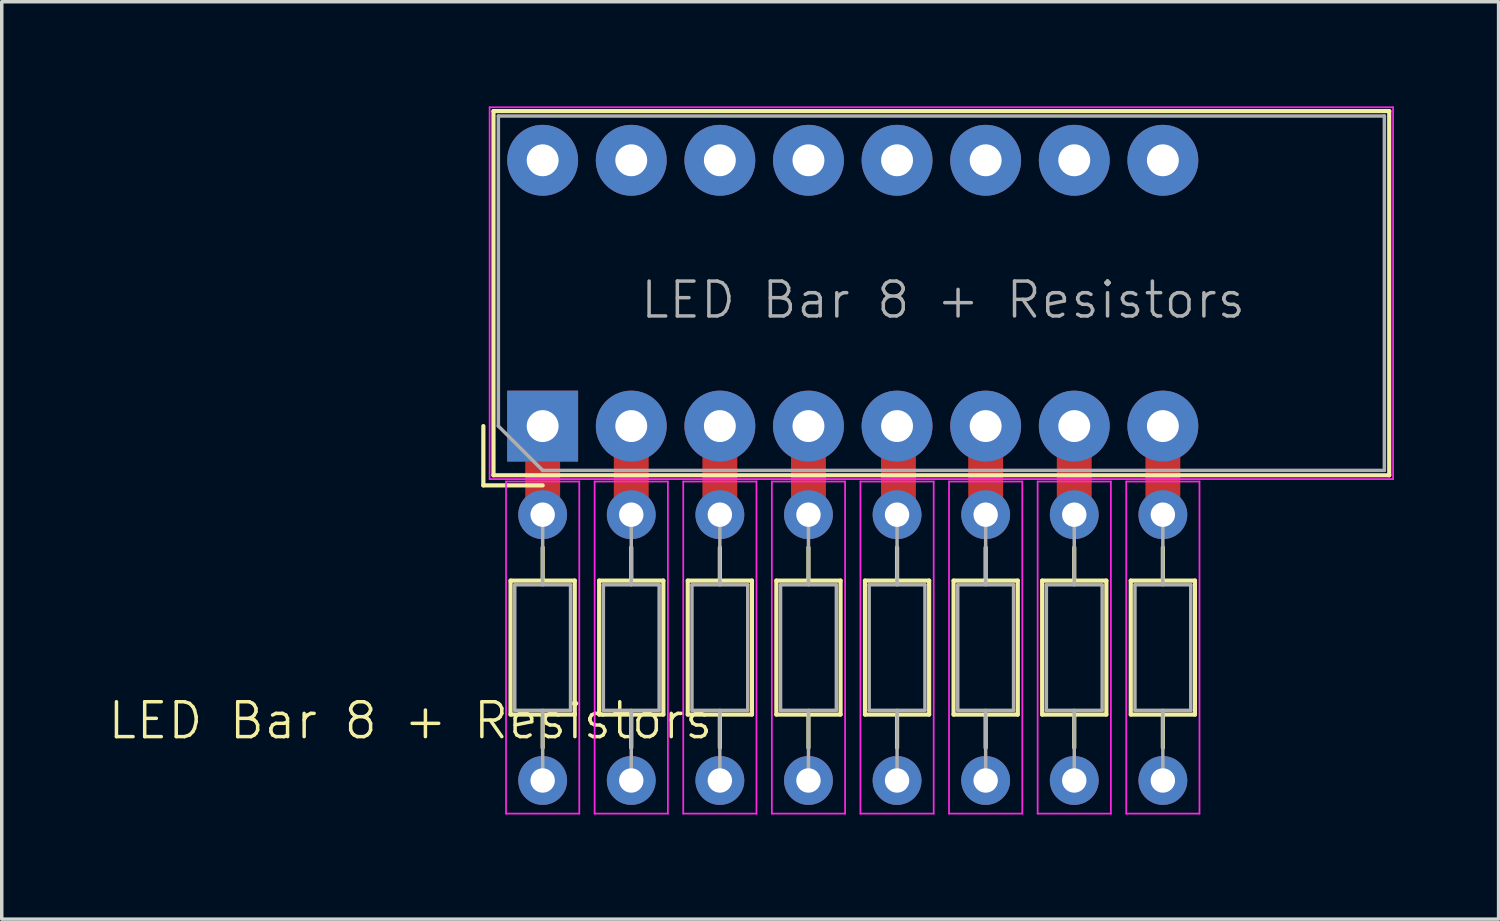
<source format=kicad_pcb>
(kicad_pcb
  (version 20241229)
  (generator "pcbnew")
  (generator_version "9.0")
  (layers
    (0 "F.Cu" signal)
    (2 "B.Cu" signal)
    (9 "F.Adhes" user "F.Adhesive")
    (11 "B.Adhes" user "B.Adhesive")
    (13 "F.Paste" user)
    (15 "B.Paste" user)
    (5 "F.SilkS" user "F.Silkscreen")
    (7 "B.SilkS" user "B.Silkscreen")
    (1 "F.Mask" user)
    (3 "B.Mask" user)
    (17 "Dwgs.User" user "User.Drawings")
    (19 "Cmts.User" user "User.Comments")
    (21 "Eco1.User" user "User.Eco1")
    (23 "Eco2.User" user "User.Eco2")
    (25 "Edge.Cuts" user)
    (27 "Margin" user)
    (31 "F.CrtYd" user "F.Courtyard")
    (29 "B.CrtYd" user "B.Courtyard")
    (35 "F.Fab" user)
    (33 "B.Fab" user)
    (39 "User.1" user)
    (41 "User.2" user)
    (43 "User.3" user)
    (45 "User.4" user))
  (footprint "LED Bar 8 + Resistors"
    (layer "F.Cu")
    (at 23.937 10.5)
    (property "Reference" "LED Bar 8 + Resistors" (at -15.22 7.11 0) (unlocked yes) (layer "F.SilkS") (effects (font (size 1 1) (thickness 0.1))))
    (attr through_hole)
    (fp_line (start -13.13 -1.335) (end -13.13 0.365) (stroke (width 0.12) (type solid)) (layer "F.SilkS"))
    (fp_line (start -13.13 0.365) (end -11.43 0.365) (stroke (width 0.12) (type solid)) (layer "F.SilkS"))
    (fp_line (start -12.84 -10.365) (end 12.84 -10.365) (stroke (width 0.12) (type solid)) (layer "F.SilkS"))
    (fp_line (start -12.84 0.075) (end -12.84 -10.365) (stroke (width 0.12) (type solid)) (layer "F.SilkS"))
    (fp_line (start -12.35 3.095) (end -12.35 6.935) (stroke (width 0.12) (type solid)) (layer "F.SilkS"))
    (fp_line (start -12.35 6.935) (end -10.51 6.935) (stroke (width 0.12) (type solid)) (layer "F.SilkS"))
    (fp_line (start -11.43 2.145) (end -11.43 3.095) (stroke (width 0.12) (type solid)) (layer "F.SilkS"))
    (fp_line (start -11.43 7.885) (end -11.43 6.935) (stroke (width 0.12) (type solid)) (layer "F.SilkS"))
    (fp_line (start -10.51 3.095) (end -12.35 3.095) (stroke (width 0.12) (type solid)) (layer "F.SilkS"))
    (fp_line (start -10.51 6.935) (end -10.51 3.095) (stroke (width 0.12) (type solid)) (layer "F.SilkS"))
    (fp_line (start -9.81 3.095) (end -9.81 6.935) (stroke (width 0.12) (type solid)) (layer "F.SilkS"))
    (fp_line (start -9.81 6.935) (end -7.97 6.935) (stroke (width 0.12) (type solid)) (layer "F.SilkS"))
    (fp_line (start -8.89 2.145) (end -8.89 3.095) (stroke (width 0.12) (type solid)) (layer "F.SilkS"))
    (fp_line (start -8.89 7.885) (end -8.89 6.935) (stroke (width 0.12) (type solid)) (layer "F.SilkS"))
    (fp_line (start -7.97 3.095) (end -9.81 3.095) (stroke (width 0.12) (type solid)) (layer "F.SilkS"))
    (fp_line (start -7.97 6.935) (end -7.97 3.095) (stroke (width 0.12) (type solid)) (layer "F.SilkS"))
    (fp_line (start -7.27 3.095) (end -7.27 6.935) (stroke (width 0.12) (type solid)) (layer "F.SilkS"))
    (fp_line (start -7.27 6.935) (end -5.43 6.935) (stroke (width 0.12) (type solid)) (layer "F.SilkS"))
    (fp_line (start -6.35 2.145) (end -6.35 3.095) (stroke (width 0.12) (type solid)) (layer "F.SilkS"))
    (fp_line (start -6.35 7.885) (end -6.35 6.935) (stroke (width 0.12) (type solid)) (layer "F.SilkS"))
    (fp_line (start -5.43 3.095) (end -7.27 3.095) (stroke (width 0.12) (type solid)) (layer "F.SilkS"))
    (fp_line (start -5.43 6.935) (end -5.43 3.095) (stroke (width 0.12) (type solid)) (layer "F.SilkS"))
    (fp_line (start -4.73 3.095) (end -4.73 6.935) (stroke (width 0.12) (type solid)) (layer "F.SilkS"))
    (fp_line (start -4.73 6.935) (end -2.89 6.935) (stroke (width 0.12) (type solid)) (layer "F.SilkS"))
    (fp_line (start -3.81 2.145) (end -3.81 3.095) (stroke (width 0.12) (type solid)) (layer "F.SilkS"))
    (fp_line (start -3.81 7.885) (end -3.81 6.935) (stroke (width 0.12) (type solid)) (layer "F.SilkS"))
    (fp_line (start -2.89 3.095) (end -4.73 3.095) (stroke (width 0.12) (type solid)) (layer "F.SilkS"))
    (fp_line (start -2.89 6.935) (end -2.89 3.095) (stroke (width 0.12) (type solid)) (layer "F.SilkS"))
    (fp_line (start -2.19 3.095) (end -2.19 6.935) (stroke (width 0.12) (type solid)) (layer "F.SilkS"))
    (fp_line (start -2.19 6.935) (end -0.35 6.935) (stroke (width 0.12) (type solid)) (layer "F.SilkS"))
    (fp_line (start -1.27 2.145) (end -1.27 3.095) (stroke (width 0.12) (type solid)) (layer "F.SilkS"))
    (fp_line (start -1.27 7.885) (end -1.27 6.935) (stroke (width 0.12) (type solid)) (layer "F.SilkS"))
    (fp_line (start -0.35 3.095) (end -2.19 3.095) (stroke (width 0.12) (type solid)) (layer "F.SilkS"))
    (fp_line (start -0.35 6.935) (end -0.35 3.095) (stroke (width 0.12) (type solid)) (layer "F.SilkS"))
    (fp_line (start 0.35 3.095) (end 0.35 6.935) (stroke (width 0.12) (type solid)) (layer "F.SilkS"))
    (fp_line (start 0.35 6.935) (end 2.19 6.935) (stroke (width 0.12) (type solid)) (layer "F.SilkS"))
    (fp_line (start 1.27 2.145) (end 1.27 3.095) (stroke (width 0.12) (type solid)) (layer "F.SilkS"))
    (fp_line (start 1.27 7.885) (end 1.27 6.935) (stroke (width 0.12) (type solid)) (layer "F.SilkS"))
    (fp_line (start 2.19 3.095) (end 0.35 3.095) (stroke (width 0.12) (type solid)) (layer "F.SilkS"))
    (fp_line (start 2.19 6.935) (end 2.19 3.095) (stroke (width 0.12) (type solid)) (layer "F.SilkS"))
    (fp_line (start 2.89 3.095) (end 2.89 6.935) (stroke (width 0.12) (type solid)) (layer "F.SilkS"))
    (fp_line (start 2.89 6.935) (end 4.73 6.935) (stroke (width 0.12) (type solid)) (layer "F.SilkS"))
    (fp_line (start 3.81 2.145) (end 3.81 3.095) (stroke (width 0.12) (type solid)) (layer "F.SilkS"))
    (fp_line (start 3.81 7.885) (end 3.81 6.935) (stroke (width 0.12) (type solid)) (layer "F.SilkS"))
    (fp_line (start 4.73 3.095) (end 2.89 3.095) (stroke (width 0.12) (type solid)) (layer "F.SilkS"))
    (fp_line (start 4.73 6.935) (end 4.73 3.095) (stroke (width 0.12) (type solid)) (layer "F.SilkS"))
    (fp_line (start 5.43 3.095) (end 5.43 6.935) (stroke (width 0.12) (type solid)) (layer "F.SilkS"))
    (fp_line (start 5.43 6.935) (end 7.27 6.935) (stroke (width 0.12) (type solid)) (layer "F.SilkS"))
    (fp_line (start 6.35 2.145) (end 6.35 3.095) (stroke (width 0.12) (type solid)) (layer "F.SilkS"))
    (fp_line (start 6.35 7.885) (end 6.35 6.935) (stroke (width 0.12) (type solid)) (layer "F.SilkS"))
    (fp_line (start 7.27 3.095) (end 5.43 3.095) (stroke (width 0.12) (type solid)) (layer "F.SilkS"))
    (fp_line (start 7.27 6.935) (end 7.27 3.095) (stroke (width 0.12) (type solid)) (layer "F.SilkS"))
    (fp_line (start 12.84 -10.365) (end 12.84 0.075) (stroke (width 0.12) (type solid)) (layer "F.SilkS"))
    (fp_line (start 12.84 0.075) (end -12.84 0.075) (stroke (width 0.12) (type solid)) (layer "F.SilkS"))
    (fp_line (start -12.95 0.185) (end -12.95 -10.475) (stroke (width 0.05) (type solid)) (layer "F.CrtYd"))
    (fp_line (start -12.95 0.185) (end 12.95 0.185) (stroke (width 0.05) (type solid)) (layer "F.CrtYd"))
    (fp_line (start -12.48 0.255) (end -12.48 9.775) (stroke (width 0.05) (type solid)) (layer "F.CrtYd"))
    (fp_line (start -12.48 9.775) (end -10.38 9.775) (stroke (width 0.05) (type solid)) (layer "F.CrtYd"))
    (fp_line (start -10.38 0.255) (end -12.48 0.255) (stroke (width 0.05) (type solid)) (layer "F.CrtYd"))
    (fp_line (start -10.38 9.775) (end -10.38 0.255) (stroke (width 0.05) (type solid)) (layer "F.CrtYd"))
    (fp_line (start -9.94 0.255) (end -9.94 9.775) (stroke (width 0.05) (type solid)) (layer "F.CrtYd"))
    (fp_line (start -9.94 9.775) (end -7.84 9.775) (stroke (width 0.05) (type solid)) (layer "F.CrtYd"))
    (fp_line (start -7.84 0.255) (end -9.94 0.255) (stroke (width 0.05) (type solid)) (layer "F.CrtYd"))
    (fp_line (start -7.84 9.775) (end -7.84 0.255) (stroke (width 0.05) (type solid)) (layer "F.CrtYd"))
    (fp_line (start -7.4 0.255) (end -7.4 9.775) (stroke (width 0.05) (type solid)) (layer "F.CrtYd"))
    (fp_line (start -7.4 9.775) (end -5.3 9.775) (stroke (width 0.05) (type solid)) (layer "F.CrtYd"))
    (fp_line (start -5.3 0.255) (end -7.4 0.255) (stroke (width 0.05) (type solid)) (layer "F.CrtYd"))
    (fp_line (start -5.3 9.775) (end -5.3 0.255) (stroke (width 0.05) (type solid)) (layer "F.CrtYd"))
    (fp_line (start -4.86 0.255) (end -4.86 9.775) (stroke (width 0.05) (type solid)) (layer "F.CrtYd"))
    (fp_line (start -4.86 9.775) (end -2.76 9.775) (stroke (width 0.05) (type solid)) (layer "F.CrtYd"))
    (fp_line (start -2.76 0.255) (end -4.86 0.255) (stroke (width 0.05) (type solid)) (layer "F.CrtYd"))
    (fp_line (start -2.76 9.775) (end -2.76 0.255) (stroke (width 0.05) (type solid)) (layer "F.CrtYd"))
    (fp_line (start -2.32 0.255) (end -2.32 9.775) (stroke (width 0.05) (type solid)) (layer "F.CrtYd"))
    (fp_line (start -2.32 9.775) (end -0.22 9.775) (stroke (width 0.05) (type solid)) (layer "F.CrtYd"))
    (fp_line (start -0.22 0.255) (end -2.32 0.255) (stroke (width 0.05) (type solid)) (layer "F.CrtYd"))
    (fp_line (start -0.22 9.775) (end -0.22 0.255) (stroke (width 0.05) (type solid)) (layer "F.CrtYd"))
    (fp_line (start 0.22 0.255) (end 0.22 9.775) (stroke (width 0.05) (type solid)) (layer "F.CrtYd"))
    (fp_line (start 0.22 9.775) (end 2.32 9.775) (stroke (width 0.05) (type solid)) (layer "F.CrtYd"))
    (fp_line (start 2.32 0.255) (end 0.22 0.255) (stroke (width 0.05) (type solid)) (layer "F.CrtYd"))
    (fp_line (start 2.32 9.775) (end 2.32 0.255) (stroke (width 0.05) (type solid)) (layer "F.CrtYd"))
    (fp_line (start 2.76 0.255) (end 2.76 9.775) (stroke (width 0.05) (type solid)) (layer "F.CrtYd"))
    (fp_line (start 2.76 9.775) (end 4.86 9.775) (stroke (width 0.05) (type solid)) (layer "F.CrtYd"))
    (fp_line (start 4.86 0.255) (end 2.76 0.255) (stroke (width 0.05) (type solid)) (layer "F.CrtYd"))
    (fp_line (start 4.86 9.775) (end 4.86 0.255) (stroke (width 0.05) (type solid)) (layer "F.CrtYd"))
    (fp_line (start 5.3 0.255) (end 5.3 9.775) (stroke (width 0.05) (type solid)) (layer "F.CrtYd"))
    (fp_line (start 5.3 9.775) (end 7.4 9.775) (stroke (width 0.05) (type solid)) (layer "F.CrtYd"))
    (fp_line (start 7.4 0.255) (end 5.3 0.255) (stroke (width 0.05) (type solid)) (layer "F.CrtYd"))
    (fp_line (start 7.4 9.775) (end 7.4 0.255) (stroke (width 0.05) (type solid)) (layer "F.CrtYd"))
    (fp_line (start 12.95 -10.475) (end -12.95 -10.475) (stroke (width 0.05) (type solid)) (layer "F.CrtYd"))
    (fp_line (start 12.95 0.185) (end 12.95 -10.475) (stroke (width 0.05) (type solid)) (layer "F.CrtYd"))
    (fp_line (start -12.7 -10.225) (end 12.7 -10.225) (stroke (width 0.1) (type solid)) (layer "F.Fab"))
    (fp_line (start -12.7 -1.335) (end -12.7 -10.225) (stroke (width 0.1) (type solid)) (layer "F.Fab"))
    (fp_line (start -12.7 -1.335) (end -11.43 -0.065) (stroke (width 0.1) (type solid)) (layer "F.Fab"))
    (fp_line (start -12.23 3.215) (end -12.23 6.815) (stroke (width 0.1) (type solid)) (layer "F.Fab"))
    (fp_line (start -12.23 6.815) (end -10.63 6.815) (stroke (width 0.1) (type solid)) (layer "F.Fab"))
    (fp_line (start -11.43 -0.065) (end 12.7 -0.065) (stroke (width 0.1) (type solid)) (layer "F.Fab"))
    (fp_line (start -11.43 1.205) (end -11.43 3.215) (stroke (width 0.1) (type solid)) (layer "F.Fab"))
    (fp_line (start -11.43 8.825) (end -11.43 6.815) (stroke (width 0.1) (type solid)) (layer "F.Fab"))
    (fp_line (start -10.63 3.215) (end -12.23 3.215) (stroke (width 0.1) (type solid)) (layer "F.Fab"))
    (fp_line (start -10.63 6.815) (end -10.63 3.215) (stroke (width 0.1) (type solid)) (layer "F.Fab"))
    (fp_line (start -9.69 3.215) (end -9.69 6.815) (stroke (width 0.1) (type solid)) (layer "F.Fab"))
    (fp_line (start -9.69 6.815) (end -8.09 6.815) (stroke (width 0.1) (type solid)) (layer "F.Fab"))
    (fp_line (start -8.89 1.205) (end -8.89 3.215) (stroke (width 0.1) (type solid)) (layer "F.Fab"))
    (fp_line (start -8.89 8.825) (end -8.89 6.815) (stroke (width 0.1) (type solid)) (layer "F.Fab"))
    (fp_line (start -8.09 3.215) (end -9.69 3.215) (stroke (width 0.1) (type solid)) (layer "F.Fab"))
    (fp_line (start -8.09 6.815) (end -8.09 3.215) (stroke (width 0.1) (type solid)) (layer "F.Fab"))
    (fp_line (start -7.15 3.215) (end -7.15 6.815) (stroke (width 0.1) (type solid)) (layer "F.Fab"))
    (fp_line (start -7.15 6.815) (end -5.55 6.815) (stroke (width 0.1) (type solid)) (layer "F.Fab"))
    (fp_line (start -6.35 1.205) (end -6.35 3.215) (stroke (width 0.1) (type solid)) (layer "F.Fab"))
    (fp_line (start -6.35 8.825) (end -6.35 6.815) (stroke (width 0.1) (type solid)) (layer "F.Fab"))
    (fp_line (start -5.55 3.215) (end -7.15 3.215) (stroke (width 0.1) (type solid)) (layer "F.Fab"))
    (fp_line (start -5.55 6.815) (end -5.55 3.215) (stroke (width 0.1) (type solid)) (layer "F.Fab"))
    (fp_line (start -4.61 3.215) (end -4.61 6.815) (stroke (width 0.1) (type solid)) (layer "F.Fab"))
    (fp_line (start -4.61 6.815) (end -3.01 6.815) (stroke (width 0.1) (type solid)) (layer "F.Fab"))
    (fp_line (start -3.81 1.205) (end -3.81 3.215) (stroke (width 0.1) (type solid)) (layer "F.Fab"))
    (fp_line (start -3.81 8.825) (end -3.81 6.815) (stroke (width 0.1) (type solid)) (layer "F.Fab"))
    (fp_line (start -3.01 3.215) (end -4.61 3.215) (stroke (width 0.1) (type solid)) (layer "F.Fab"))
    (fp_line (start -3.01 6.815) (end -3.01 3.215) (stroke (width 0.1) (type solid)) (layer "F.Fab"))
    (fp_line (start -2.07 3.215) (end -2.07 6.815) (stroke (width 0.1) (type solid)) (layer "F.Fab"))
    (fp_line (start -2.07 6.815) (end -0.47 6.815) (stroke (width 0.1) (type solid)) (layer "F.Fab"))
    (fp_line (start -1.27 1.205) (end -1.27 3.215) (stroke (width 0.1) (type solid)) (layer "F.Fab"))
    (fp_line (start -1.27 8.825) (end -1.27 6.815) (stroke (width 0.1) (type solid)) (layer "F.Fab"))
    (fp_line (start -0.47 3.215) (end -2.07 3.215) (stroke (width 0.1) (type solid)) (layer "F.Fab"))
    (fp_line (start -0.47 6.815) (end -0.47 3.215) (stroke (width 0.1) (type solid)) (layer "F.Fab"))
    (fp_line (start 0.47 3.215) (end 0.47 6.815) (stroke (width 0.1) (type solid)) (layer "F.Fab"))
    (fp_line (start 0.47 6.815) (end 2.07 6.815) (stroke (width 0.1) (type solid)) (layer "F.Fab"))
    (fp_line (start 1.27 1.205) (end 1.27 3.215) (stroke (width 0.1) (type solid)) (layer "F.Fab"))
    (fp_line (start 1.27 8.825) (end 1.27 6.815) (stroke (width 0.1) (type solid)) (layer "F.Fab"))
    (fp_line (start 2.07 3.215) (end 0.47 3.215) (stroke (width 0.1) (type solid)) (layer "F.Fab"))
    (fp_line (start 2.07 6.815) (end 2.07 3.215) (stroke (width 0.1) (type solid)) (layer "F.Fab"))
    (fp_line (start 3.01 3.215) (end 3.01 6.815) (stroke (width 0.1) (type solid)) (layer "F.Fab"))
    (fp_line (start 3.01 6.815) (end 4.61 6.815) (stroke (width 0.1) (type solid)) (layer "F.Fab"))
    (fp_line (start 3.81 1.205) (end 3.81 3.215) (stroke (width 0.1) (type solid)) (layer "F.Fab"))
    (fp_line (start 3.81 8.825) (end 3.81 6.815) (stroke (width 0.1) (type solid)) (layer "F.Fab"))
    (fp_line (start 4.61 3.215) (end 3.01 3.215) (stroke (width 0.1) (type solid)) (layer "F.Fab"))
    (fp_line (start 4.61 6.815) (end 4.61 3.215) (stroke (width 0.1) (type solid)) (layer "F.Fab"))
    (fp_line (start 5.55 3.215) (end 5.55 6.815) (stroke (width 0.1) (type solid)) (layer "F.Fab"))
    (fp_line (start 5.55 6.815) (end 7.15 6.815) (stroke (width 0.1) (type solid)) (layer "F.Fab"))
    (fp_line (start 6.35 1.205) (end 6.35 3.215) (stroke (width 0.1) (type solid)) (layer "F.Fab"))
    (fp_line (start 6.35 8.825) (end 6.35 6.815) (stroke (width 0.1) (type solid)) (layer "F.Fab"))
    (fp_line (start 7.15 3.215) (end 5.55 3.215) (stroke (width 0.1) (type solid)) (layer "F.Fab"))
    (fp_line (start 7.15 6.815) (end 7.15 3.215) (stroke (width 0.1) (type solid)) (layer "F.Fab"))
    (fp_line (start 12.7 -0.065) (end 12.7 -10.225) (stroke (width 0.1) (type solid)) (layer "F.Fab"))
    (fp_text user "${REFERENCE}" (at 0.05 -4.95 180) (layer "F.Fab") (effects (font (size 1 1) (thickness 0.1))))
    (pad "" thru_hole rect (at -11.43 -1.335) (size 2.032 2.032) (drill 0.914) (layers "*.Cu" "*.Mask"))
    (pad "" smd rect (at -11.43 0.01) (size 1 1.6) (layers "F.Cu" "F.Mask" "F.Paste"))
    (pad "" thru_hole circle (at -11.43 1.205 270) (size 1.4 1.4) (drill 0.7) (layers "*.Cu" "*.Mask"))
    (pad "" thru_hole circle (at -8.89 -1.335) (size 2.032 2.032) (drill 0.914) (layers "*.Cu" "*.Mask"))
    (pad "" smd rect (at -8.89 0.01) (size 1 1.6) (layers "F.Cu" "F.Mask" "F.Paste"))
    (pad "" thru_hole circle (at -8.89 1.205 270) (size 1.4 1.4) (drill 0.7) (layers "*.Cu" "*.Mask"))
    (pad "" thru_hole circle (at -6.35 -1.335) (size 2.032 2.032) (drill 0.914) (layers "*.Cu" "*.Mask"))
    (pad "" smd rect (at -6.35 0.01) (size 1 1.6) (layers "F.Cu" "F.Mask" "F.Paste"))
    (pad "" thru_hole circle (at -6.35 1.205 270) (size 1.4 1.4) (drill 0.7) (layers "*.Cu" "*.Mask"))
    (pad "" thru_hole circle (at -3.81 -1.335) (size 2.032 2.032) (drill 0.914) (layers "*.Cu" "*.Mask"))
    (pad "" smd rect (at -3.81 0.01) (size 1 1.6) (layers "F.Cu" "F.Mask" "F.Paste"))
    (pad "" thru_hole circle (at -3.81 1.205 270) (size 1.4 1.4) (drill 0.7) (layers "*.Cu" "*.Mask"))
    (pad "" thru_hole circle (at -1.27 -1.335) (size 2.032 2.032) (drill 0.914) (layers "*.Cu" "*.Mask"))
    (pad "" thru_hole circle (at -1.27 1.205 270) (size 1.4 1.4) (drill 0.7) (layers "*.Cu" "*.Mask"))
    (pad "" smd rect (at -1.23 0.01) (size 1 1.6) (layers "F.Cu" "F.Mask" "F.Paste"))
    (pad "" thru_hole circle (at 1.27 -1.335) (size 2.032 2.032) (drill 0.914) (layers "*.Cu" "*.Mask"))
    (pad "" smd rect (at 1.27 0.01) (size 1 1.6) (layers "F.Cu" "F.Mask" "F.Paste"))
    (pad "" thru_hole circle (at 1.27 1.205 270) (size 1.4 1.4) (drill 0.7) (layers "*.Cu" "*.Mask"))
    (pad "" thru_hole circle (at 3.81 -1.335) (size 2.032 2.032) (drill 0.914) (layers "*.Cu" "*.Mask"))
    (pad "" smd rect (at 3.81 0.01) (size 1 1.6) (layers "F.Cu" "F.Mask" "F.Paste"))
    (pad "" thru_hole circle (at 3.81 1.205 270) (size 1.4 1.4) (drill 0.7) (layers "*.Cu" "*.Mask"))
    (pad "" thru_hole circle (at 6.35 -1.335) (size 2.032 2.032) (drill 0.914) (layers "*.Cu" "*.Mask"))
    (pad "" smd rect (at 6.35 0.01) (size 1 1.6) (layers "F.Cu" "F.Mask" "F.Paste"))
    (pad "" thru_hole circle (at 6.35 1.205 270) (size 1.4 1.4) (drill 0.7) (layers "*.Cu" "*.Mask"))
    (pad "1" thru_hole oval (at -11.43 8.825 270) (size 1.4 1.4) (drill 0.7) (layers "*.Cu" "*.Mask"))
    (pad "2" thru_hole oval (at -8.89 8.825 270) (size 1.4 1.4) (drill 0.7) (layers "*.Cu" "*.Mask"))
    (pad "3" thru_hole oval (at -6.35 8.825 270) (size 1.4 1.4) (drill 0.7) (layers "*.Cu" "*.Mask"))
    (pad "4" thru_hole oval (at -3.81 8.825 270) (size 1.4 1.4) (drill 0.7) (layers "*.Cu" "*.Mask"))
    (pad "5" thru_hole oval (at -1.27 8.825 270) (size 1.4 1.4) (drill 0.7) (layers "*.Cu" "*.Mask"))
    (pad "6" thru_hole oval (at 1.27 8.825 270) (size 1.4 1.4) (drill 0.7) (layers "*.Cu" "*.Mask"))
    (pad "7" thru_hole oval (at 3.81 8.825 270) (size 1.4 1.4) (drill 0.7) (layers "*.Cu" "*.Mask"))
    (pad "8" thru_hole oval (at 6.35 8.825 270) (size 1.4 1.4) (drill 0.7) (layers "*.Cu" "*.Mask"))
    (pad "13" thru_hole circle (at 6.35 -8.955) (size 2.032 2.032) (drill 0.914) (layers "*.Cu" "*.Mask"))
    (pad "14" thru_hole circle (at 3.81 -8.955) (size 2.032 2.032) (drill 0.914) (layers "*.Cu" "*.Mask"))
    (pad "15" thru_hole circle (at 1.27 -8.955) (size 2.032 2.032) (drill 0.914) (layers "*.Cu" "*.Mask"))
    (pad "16" thru_hole circle (at -1.27 -8.955) (size 2.032 2.032) (drill 0.914) (layers "*.Cu" "*.Mask"))
    (pad "17" thru_hole circle (at -3.81 -8.955) (size 2.032 2.032) (drill 0.914) (layers "*.Cu" "*.Mask"))
    (pad "18" thru_hole circle (at -6.35 -8.955) (size 2.032 2.032) (drill 0.914) (layers "*.Cu" "*.Mask"))
    (pad "19" thru_hole circle (at -8.89 -8.955) (size 2.032 2.032) (drill 0.914) (layers "*.Cu" "*.Mask"))
    (pad "20" thru_hole circle (at -11.43 -8.955) (size 2.032 2.032) (drill 0.914) (layers "*.Cu" "*.Mask")))
  (gr_rect
    (start -3 -3)
    (end 39.912 23.3)
    (stroke (width 0.1) (type default))
    (fill no)
    (layer "Edge.Cuts")))
</source>
